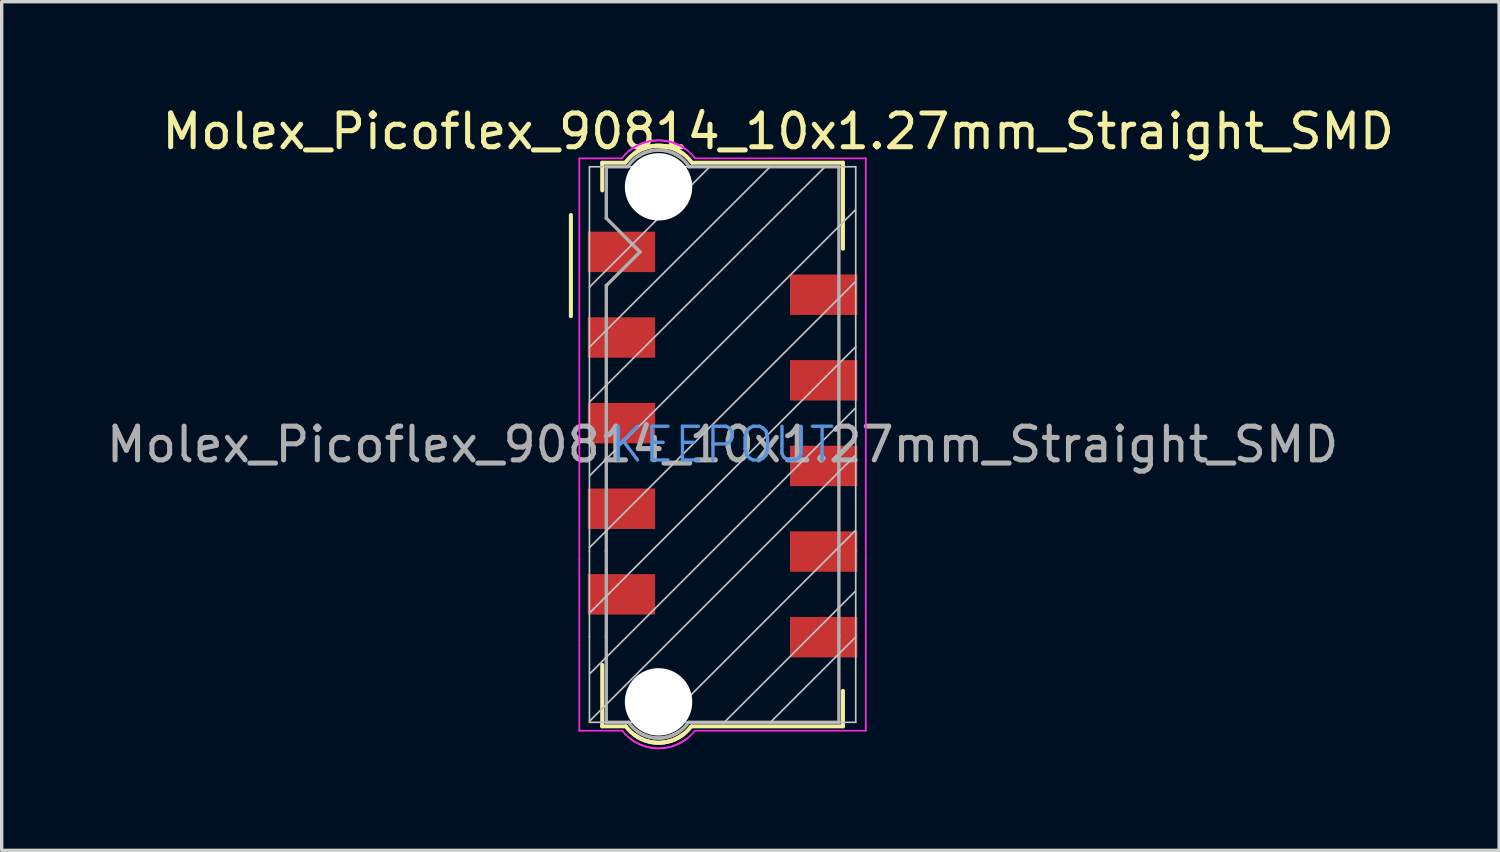
<source format=kicad_pcb>
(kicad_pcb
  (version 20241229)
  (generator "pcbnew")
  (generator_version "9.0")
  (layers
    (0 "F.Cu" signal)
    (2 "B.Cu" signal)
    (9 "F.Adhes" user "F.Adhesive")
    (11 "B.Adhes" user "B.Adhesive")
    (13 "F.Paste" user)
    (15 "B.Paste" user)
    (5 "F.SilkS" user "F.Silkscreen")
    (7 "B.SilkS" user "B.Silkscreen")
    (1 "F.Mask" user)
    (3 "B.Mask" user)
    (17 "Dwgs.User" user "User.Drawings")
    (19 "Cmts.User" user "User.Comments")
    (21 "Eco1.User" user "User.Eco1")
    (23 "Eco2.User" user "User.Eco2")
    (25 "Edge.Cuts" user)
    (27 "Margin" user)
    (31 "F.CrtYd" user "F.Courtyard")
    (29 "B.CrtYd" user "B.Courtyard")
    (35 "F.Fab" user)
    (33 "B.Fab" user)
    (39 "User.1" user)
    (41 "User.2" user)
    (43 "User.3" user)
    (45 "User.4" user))
  (footprint "Molex_Picoflex_90814_10x1.27mm_Straight_SMD"
    (layer "F.Cu")
    (at 18.387 10.138)
    (property "Reference" "Molex_Picoflex_90814_10x1.27mm_Straight_SMD" (at 1.65 -9.29 0) (layer "F.SilkS") (effects (font (size 1 1) (thickness 0.15))))
    (attr smd)
    (fp_line (start -4.5 -6.81) (end -4.5 -3.81) (stroke (width 0.12) (type solid)) (layer "F.SilkS"))
    (fp_line (start -3.57 -8.36) (end -2.89 -8.36) (stroke (width 0.12) (type solid)) (layer "F.SilkS"))
    (fp_line (start -3.57 -7.54) (end -3.57 -8.36) (stroke (width 0.12) (type solid)) (layer "F.SilkS"))
    (fp_line (start -3.57 8.36) (end -3.57 6.54) (stroke (width 0.12) (type solid)) (layer "F.SilkS"))
    (fp_line (start -2.87 8.36) (end -3.57 8.36) (stroke (width 0.12) (type solid)) (layer "F.SilkS"))
    (fp_line (start -0.89 -8.36) (end 3.57 -8.36) (stroke (width 0.12) (type solid)) (layer "F.SilkS"))
    (fp_line (start 3.57 -8.36) (end 3.57 -5.81) (stroke (width 0.12) (type solid)) (layer "F.SilkS"))
    (fp_line (start 3.57 7.31) (end 3.57 8.36) (stroke (width 0.12) (type solid)) (layer "F.SilkS"))
    (fp_line (start 3.57 8.36) (end -0.9 8.36) (stroke (width 0.12) (type solid)) (layer "F.SilkS"))
    (fp_arc (start -2.88 -8.37) (mid -2.083848 -8.852082) (end -1.18 -8.63) (stroke (width 0.12) (type solid)) (layer "F.SilkS"))
    (fp_arc (start -2.61 -8.64) (mid -1.70201 -8.852082) (end -0.91 -8.36) (stroke (width 0.12) (type solid)) (layer "F.SilkS"))
    (fp_arc (start -1.18 8.61) (mid -2.076777 8.83501) (end -2.87 8.36) (stroke (width 0.12) (type solid)) (layer "F.SilkS"))
    (fp_arc (start -0.93 8.36) (mid -1.723223 8.83501) (end -2.62 8.61) (stroke (width 0.12) (type solid)) (layer "F.SilkS"))
    (fp_line (start -3.96 -2.88) (end 1.43 -8.26) (stroke (width 0.05) (type solid)) (layer "Dwgs.User"))
    (fp_line (start -3.95 -4.67) (end -0.38 -8.24) (stroke (width 0.05) (type solid)) (layer "Dwgs.User"))
    (fp_line (start -3.95 -1.26) (end 3.04 -8.24) (stroke (width 0.05) (type solid)) (layer "Dwgs.User"))
    (fp_line (start -3.95 3.06) (end 3.92 -4.81) (stroke (width 0.05) (type solid)) (layer "Dwgs.User"))
    (fp_line (start -3.95 3.16) (end -3.95 -8.24) (stroke (width 0.05) (type solid)) (layer "Dwgs.User"))
    (fp_line (start -3.95 5.7) (end -3.95 3.16) (stroke (width 0.05) (type solid)) (layer "Dwgs.User"))
    (fp_line (start -3.95 8.24) (end -3.95 5.7) (stroke (width 0.05) (type solid)) (layer "Dwgs.User"))
    (fp_line (start -3.95 8.24) (end 3.95 8.24) (stroke (width 0.05) (type solid)) (layer "Dwgs.User"))
    (fp_line (start -3.94 8.2) (end 3.93 0.33) (stroke (width 0.05) (type solid)) (layer "Dwgs.User"))
    (fp_line (start -3.93 0.91) (end 3.94 -6.96) (stroke (width 0.05) (type solid)) (layer "Dwgs.User"))
    (fp_line (start -3.93 6.79) (end 3.94 -1.08) (stroke (width 0.05) (type solid)) (layer "Dwgs.User"))
    (fp_line (start -3.92 4.97) (end 3.95 -2.9) (stroke (width 0.05) (type solid)) (layer "Dwgs.User"))
    (fp_line (start -1.75 8.24) (end 3.94 2.55) (stroke (width 0.05) (type solid)) (layer "Dwgs.User"))
    (fp_line (start 0.02 8.27) (end 3.94 4.35) (stroke (width 0.05) (type solid)) (layer "Dwgs.User"))
    (fp_line (start 1.39 8.27) (end 3.94 5.72) (stroke (width 0.05) (type solid)) (layer "Dwgs.User"))
    (fp_line (start 3.95 -8.24) (end -3.95 -8.24) (stroke (width 0.05) (type solid)) (layer "Dwgs.User"))
    (fp_line (start 3.95 -8.24) (end 3.95 3.16) (stroke (width 0.05) (type solid)) (layer "Dwgs.User"))
    (fp_line (start 3.95 3.16) (end 3.95 5.7) (stroke (width 0.05) (type solid)) (layer "Dwgs.User"))
    (fp_line (start 3.95 5.7) (end 3.95 8.24) (stroke (width 0.05) (type solid)) (layer "Dwgs.User"))
    (fp_line (start -4.25 -8.49) (end -4.25 3.41) (stroke (width 0.05) (type solid)) (layer "F.CrtYd"))
    (fp_line (start -4.25 3.41) (end -4.25 5.95) (stroke (width 0.05) (type solid)) (layer "F.CrtYd"))
    (fp_line (start -4.25 5.95) (end -4.25 8.49) (stroke (width 0.05) (type solid)) (layer "F.CrtYd"))
    (fp_line (start -4.25 8.49) (end -2.97 8.49) (stroke (width 0.05) (type solid)) (layer "F.CrtYd"))
    (fp_line (start -2.99 -8.49) (end -4.25 -8.49) (stroke (width 0.05) (type solid)) (layer "F.CrtYd"))
    (fp_line (start -0.82 -8.49) (end 4.25 -8.49) (stroke (width 0.05) (type solid)) (layer "F.CrtYd"))
    (fp_line (start 4.25 -8.49) (end 4.25 3.41) (stroke (width 0.05) (type solid)) (layer "F.CrtYd"))
    (fp_line (start 4.25 5.95) (end 4.25 3.41) (stroke (width 0.05) (type solid)) (layer "F.CrtYd"))
    (fp_line (start 4.25 8.49) (end -0.82 8.49) (stroke (width 0.05) (type solid)) (layer "F.CrtYd"))
    (fp_line (start 4.25 8.49) (end 4.25 5.95) (stroke (width 0.05) (type solid)) (layer "F.CrtYd"))
    (fp_arc (start -2.99 -8.49) (mid -2.076777 -9.014716) (end -1.06 -8.74) (stroke (width 0.05) (type solid)) (layer "F.CrtYd"))
    (fp_arc (start -2.76 -8.72) (mid -1.751508 -9.014716) (end -0.83 -8.51) (stroke (width 0.05) (type solid)) (layer "F.CrtYd"))
    (fp_arc (start -1.04 8.71) (mid -2.048492 9.004716) (end -2.97 8.5) (stroke (width 0.05) (type solid)) (layer "F.CrtYd"))
    (fp_arc (start -0.82 8.49) (mid -1.737365 9.004716) (end -2.75 8.72) (stroke (width 0.05) (type solid)) (layer "F.CrtYd"))
    (fp_line (start -3.45 -8.24) (end -3.45 -6.715) (stroke (width 0.1) (type solid)) (layer "F.Fab"))
    (fp_line (start -3.45 -8.24) (end -2.81 -8.24) (stroke (width 0.1) (type solid)) (layer "F.Fab"))
    (fp_line (start -3.45 -4.715) (end -2.45 -5.715) (stroke (width 0.1) (type solid)) (layer "F.Fab"))
    (fp_line (start -3.45 3.16) (end -3.45 -4.715) (stroke (width 0.1) (type solid)) (layer "F.Fab"))
    (fp_line (start -3.45 3.16) (end -3.45 5.7) (stroke (width 0.1) (type solid)) (layer "F.Fab"))
    (fp_line (start -3.45 5.7) (end -3.45 8.24) (stroke (width 0.1) (type solid)) (layer "F.Fab"))
    (fp_line (start -3.45 8.24) (end -2.79 8.24) (stroke (width 0.1) (type solid)) (layer "F.Fab"))
    (fp_line (start -2.45 -5.715) (end -3.45 -6.715) (stroke (width 0.1) (type solid)) (layer "F.Fab"))
    (fp_line (start -1 -8.24) (end 3.45 -8.24) (stroke (width 0.1) (type solid)) (layer "F.Fab"))
    (fp_line (start 3.45 -8.24) (end 3.45 3.16) (stroke (width 0.1) (type solid)) (layer "F.Fab"))
    (fp_line (start 3.45 3.16) (end 3.45 5.7) (stroke (width 0.1) (type solid)) (layer "F.Fab"))
    (fp_line (start 3.45 5.7) (end 3.45 8.24) (stroke (width 0.1) (type solid)) (layer "F.Fab"))
    (fp_line (start 3.45 8.24) (end -1 8.24) (stroke (width 0.1) (type solid)) (layer "F.Fab"))
    (fp_arc (start -2.81 -8.25) (mid -2.119203 -8.717731) (end -1.3 -8.56) (stroke (width 0.1) (type solid)) (layer "F.Fab"))
    (fp_arc (start -2.49 -8.56) (mid -1.673726 -8.71066) (end -0.99 -8.24) (stroke (width 0.1) (type solid)) (layer "F.Fab"))
    (fp_arc (start -1.29 8.52) (mid -2.09799 8.69066) (end -2.79 8.24) (stroke (width 0.1) (type solid)) (layer "F.Fab"))
    (fp_arc (start -1.01 8.24) (mid -1.70201 8.69066) (end -2.51 8.52) (stroke (width 0.1) (type solid)) (layer "F.Fab"))
    (fp_text user "KEEPOUT" (at 0 0 0) (layer "Cmts.User") (effects (font (size 1 1) (thickness 0.1))))
    (fp_text user "${REFERENCE}" (at 0 0 0) (layer "F.Fab") (effects (font (size 1 1) (thickness 0.15))))
    (pad "" np_thru_hole circle (at -1.9 -7.645) (size 2 2) (drill 2) (layers "*.Cu" "*.Mask"))
    (pad "" np_thru_hole circle (at -1.9 7.635) (size 2 2) (drill 2) (layers "*.Cu" "*.Mask"))
    (pad "1" smd rect (at -3 -5.715) (size 2 1.2) (layers "F.Cu" "F.Mask" "F.Paste"))
    (pad "2" smd rect (at 3 -4.445) (size 2 1.2) (layers "F.Cu" "F.Mask" "F.Paste"))
    (pad "3" smd rect (at -3 -3.175) (size 2 1.2) (layers "F.Cu" "F.Mask" "F.Paste"))
    (pad "4" smd rect (at 3 -1.905) (size 2 1.2) (layers "F.Cu" "F.Mask" "F.Paste"))
    (pad "5" smd rect (at -3 -0.635) (size 2 1.2) (layers "F.Cu" "F.Mask" "F.Paste"))
    (pad "6" smd rect (at 3 0.635) (size 2 1.2) (layers "F.Cu" "F.Mask" "F.Paste"))
    (pad "7" smd rect (at -3 1.905) (size 2 1.2) (layers "F.Cu" "F.Mask" "F.Paste"))
    (pad "8" smd rect (at 3 3.175) (size 2 1.2) (layers "F.Cu" "F.Mask" "F.Paste"))
    (pad "9" smd rect (at -3 4.445) (size 2 1.2) (layers "F.Cu" "F.Mask" "F.Paste"))
    (pad "10" smd rect (at 3 5.715) (size 2 1.2) (layers "F.Cu" "F.Mask" "F.Paste")))
  (gr_rect
    (start -3 -3)
    (end 41.424 22.178)
    (stroke (width 0.1) (type default))
    (fill no)
    (layer "Edge.Cuts")))
</source>
